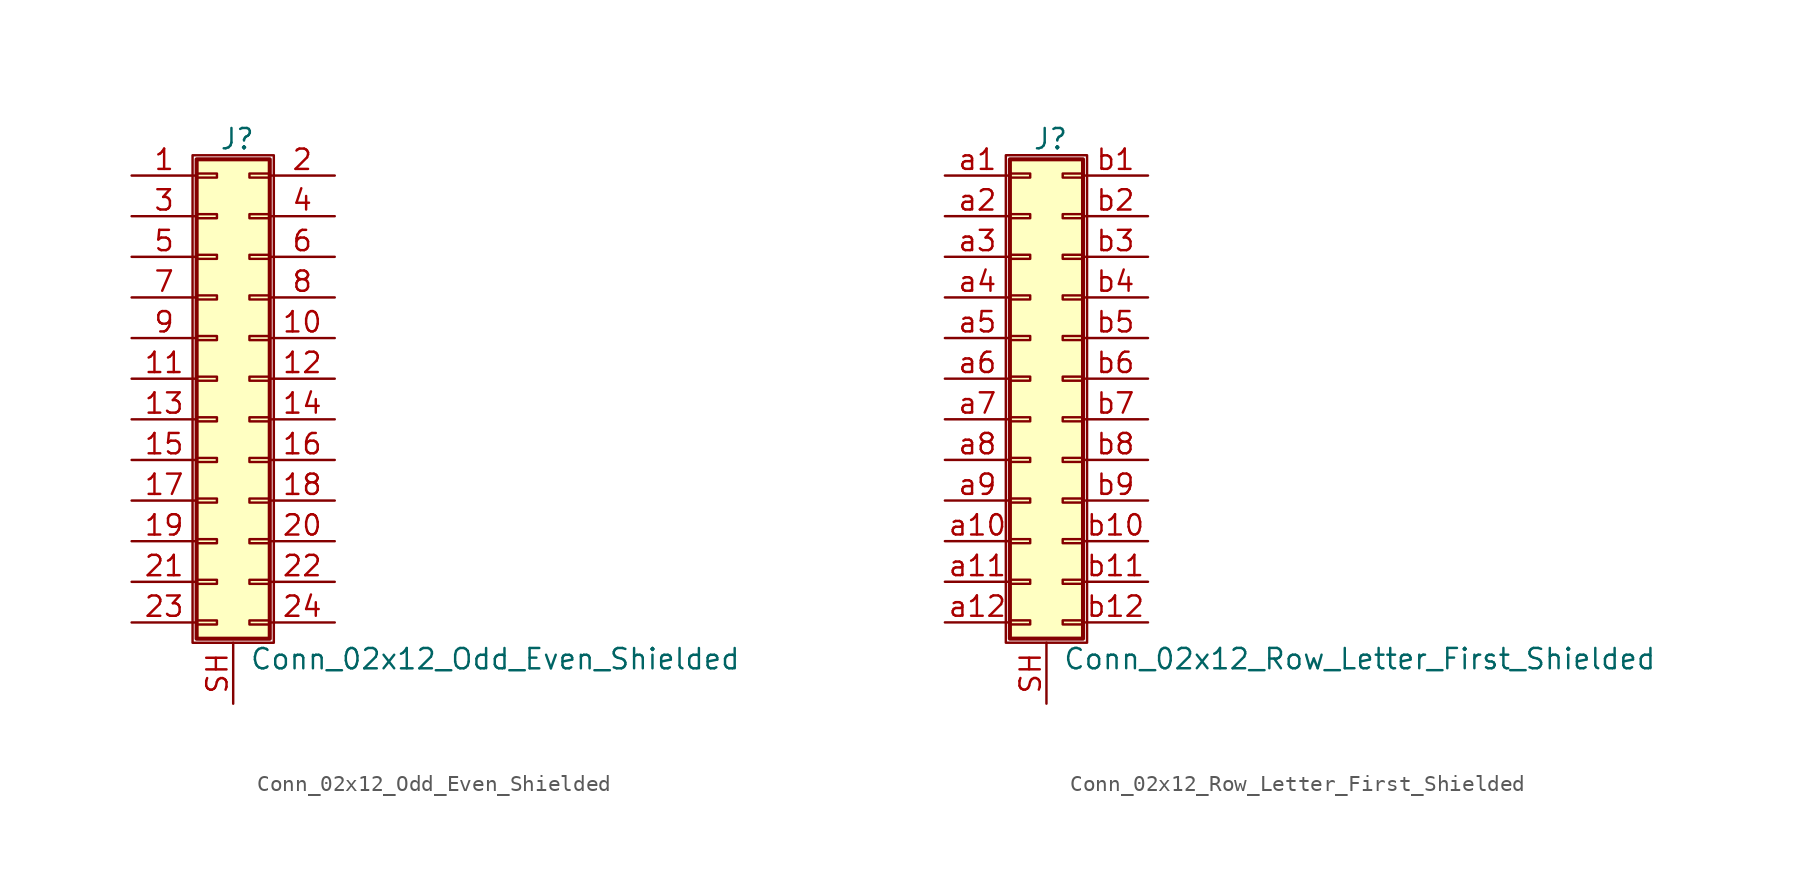
<source format=kicad_sym>
(kicad_symbol_lib
  (version 20220914)
  (generator kicad_symbol_editor)
  (symbol "Conn_02x12_Odd_Even_Shielded"
    (pin_names
      (offset 1.016) hide)
    (property "Reference" "J"
      (at 1.524 14.986 0)
      (effects (font (size 1.27 1.27))))
    (property "Value" "Conn_02x12_Odd_Even_Shielded"
      (at 2.286 -17.526 0)
      (effects (font (size 1.27 1.27)) (justify left)))
    (symbol "Conn_02x12_Odd_Even_Shielded_1_1"
      (rectangle (start -1.27 13.97) (end 3.81 -16.51) (stroke (width 0.152) (type default)) (fill (type none)))
      (rectangle (start -1.016 -15.113) (end 0.254 -15.367) (stroke (width 0.152) (type default)) (fill (type none)))
      (rectangle (start -1.016 -12.573) (end 0.254 -12.827) (stroke (width 0.152) (type default)) (fill (type none)))
      (rectangle (start -1.016 -10.033) (end 0.254 -10.287) (stroke (width 0.152) (type default)) (fill (type none)))
      (rectangle (start -1.016 -7.493) (end 0.254 -7.747) (stroke (width 0.152) (type default)) (fill (type none)))
      (rectangle (start -1.016 -4.953) (end 0.254 -5.207) (stroke (width 0.152) (type default)) (fill (type none)))
      (rectangle (start -1.016 -2.413) (end 0.254 -2.667) (stroke (width 0.152) (type default)) (fill (type none)))
      (rectangle (start -1.016 0.127) (end 0.254 -0.127) (stroke (width 0.152) (type default)) (fill (type none)))
      (rectangle (start -1.016 2.667) (end 0.254 2.413) (stroke (width 0.152) (type default)) (fill (type none)))
      (rectangle (start -1.016 5.207) (end 0.254 4.953) (stroke (width 0.152) (type default)) (fill (type none)))
      (rectangle (start -1.016 7.747) (end 0.254 7.493) (stroke (width 0.152) (type default)) (fill (type none)))
      (rectangle (start -1.016 10.287) (end 0.254 10.033) (stroke (width 0.152) (type default)) (fill (type none)))
      (rectangle (start -1.016 12.827) (end 0.254 12.573) (stroke (width 0.152) (type default)) (fill (type none)))
      (rectangle (start -1.016 13.716) (end 3.556 -16.256) (stroke (width 0.254) (type default)) (fill (type background)))
      (rectangle (start 3.556 -15.113) (end 2.286 -15.367) (stroke (width 0.152) (type default)) (fill (type none)))
      (rectangle (start 3.556 -12.573) (end 2.286 -12.827) (stroke (width 0.152) (type default)) (fill (type none)))
      (rectangle (start 3.556 -10.033) (end 2.286 -10.287) (stroke (width 0.152) (type default)) (fill (type none)))
      (rectangle (start 3.556 -7.493) (end 2.286 -7.747) (stroke (width 0.152) (type default)) (fill (type none)))
      (rectangle (start 3.556 -4.953) (end 2.286 -5.207) (stroke (width 0.152) (type default)) (fill (type none)))
      (rectangle (start 3.556 -2.413) (end 2.286 -2.667) (stroke (width 0.152) (type default)) (fill (type none)))
      (rectangle (start 3.556 0.127) (end 2.286 -0.127) (stroke (width 0.152) (type default)) (fill (type none)))
      (rectangle (start 3.556 2.667) (end 2.286 2.413) (stroke (width 0.152) (type default)) (fill (type none)))
      (rectangle (start 3.556 5.207) (end 2.286 4.953) (stroke (width 0.152) (type default)) (fill (type none)))
      (rectangle (start 3.556 7.747) (end 2.286 7.493) (stroke (width 0.152) (type default)) (fill (type none)))
      (rectangle (start 3.556 10.287) (end 2.286 10.033) (stroke (width 0.152) (type default)) (fill (type none)))
      (rectangle (start 3.556 12.827) (end 2.286 12.573) (stroke (width 0.152) (type default)) (fill (type none)))
      (pin passive line (at -5.08 12.7 0) (length 4.064) (name "Pin_1" (effects (font (size 1.27 1.27)))) (number "1" (effects (font (size 1.27 1.27)))))
      (pin passive line (at 7.62 2.54 180) (length 4.064) (name "Pin_10" (effects (font (size 1.27 1.27)))) (number "10" (effects (font (size 1.27 1.27)))))
      (pin passive line (at -5.08 0 0) (length 4.064) (name "Pin_11" (effects (font (size 1.27 1.27)))) (number "11" (effects (font (size 1.27 1.27)))))
      (pin passive line (at 7.62 0 180) (length 4.064) (name "Pin_12" (effects (font (size 1.27 1.27)))) (number "12" (effects (font (size 1.27 1.27)))))
      (pin passive line (at -5.08 -2.54 0) (length 4.064) (name "Pin_13" (effects (font (size 1.27 1.27)))) (number "13" (effects (font (size 1.27 1.27)))))
      (pin passive line (at 7.62 -2.54 180) (length 4.064) (name "Pin_14" (effects (font (size 1.27 1.27)))) (number "14" (effects (font (size 1.27 1.27)))))
      (pin passive line (at -5.08 -5.08 0) (length 4.064) (name "Pin_15" (effects (font (size 1.27 1.27)))) (number "15" (effects (font (size 1.27 1.27)))))
      (pin passive line (at 7.62 -5.08 180) (length 4.064) (name "Pin_16" (effects (font (size 1.27 1.27)))) (number "16" (effects (font (size 1.27 1.27)))))
      (pin passive line (at -5.08 -7.62 0) (length 4.064) (name "Pin_17" (effects (font (size 1.27 1.27)))) (number "17" (effects (font (size 1.27 1.27)))))
      (pin passive line (at 7.62 -7.62 180) (length 4.064) (name "Pin_18" (effects (font (size 1.27 1.27)))) (number "18" (effects (font (size 1.27 1.27)))))
      (pin passive line (at -5.08 -10.16 0) (length 4.064) (name "Pin_19" (effects (font (size 1.27 1.27)))) (number "19" (effects (font (size 1.27 1.27)))))
      (pin passive line (at 7.62 12.7 180) (length 4.064) (name "Pin_2" (effects (font (size 1.27 1.27)))) (number "2" (effects (font (size 1.27 1.27)))))
      (pin passive line (at 7.62 -10.16 180) (length 4.064) (name "Pin_20" (effects (font (size 1.27 1.27)))) (number "20" (effects (font (size 1.27 1.27)))))
      (pin passive line (at -5.08 -12.7 0) (length 4.064) (name "Pin_21" (effects (font (size 1.27 1.27)))) (number "21" (effects (font (size 1.27 1.27)))))
      (pin passive line (at 7.62 -12.7 180) (length 4.064) (name "Pin_22" (effects (font (size 1.27 1.27)))) (number "22" (effects (font (size 1.27 1.27)))))
      (pin passive line (at -5.08 -15.24 0) (length 4.064) (name "Pin_23" (effects (font (size 1.27 1.27)))) (number "23" (effects (font (size 1.27 1.27)))))
      (pin passive line (at 7.62 -15.24 180) (length 4.064) (name "Pin_24" (effects (font (size 1.27 1.27)))) (number "24" (effects (font (size 1.27 1.27)))))
      (pin passive line (at -5.08 10.16 0) (length 4.064) (name "Pin_3" (effects (font (size 1.27 1.27)))) (number "3" (effects (font (size 1.27 1.27)))))
      (pin passive line (at 7.62 10.16 180) (length 4.064) (name "Pin_4" (effects (font (size 1.27 1.27)))) (number "4" (effects (font (size 1.27 1.27)))))
      (pin passive line (at -5.08 7.62 0) (length 4.064) (name "Pin_5" (effects (font (size 1.27 1.27)))) (number "5" (effects (font (size 1.27 1.27)))))
      (pin passive line (at 7.62 7.62 180) (length 4.064) (name "Pin_6" (effects (font (size 1.27 1.27)))) (number "6" (effects (font (size 1.27 1.27)))))
      (pin passive line (at -5.08 5.08 0) (length 4.064) (name "Pin_7" (effects (font (size 1.27 1.27)))) (number "7" (effects (font (size 1.27 1.27)))))
      (pin passive line (at 7.62 5.08 180) (length 4.064) (name "Pin_8" (effects (font (size 1.27 1.27)))) (number "8" (effects (font (size 1.27 1.27)))))
      (pin passive line (at -5.08 2.54 0) (length 4.064) (name "Pin_9" (effects (font (size 1.27 1.27)))) (number "9" (effects (font (size 1.27 1.27)))))
      (pin passive line (at 1.27 -20.32 90) (length 3.81) (name "Shield" (effects (font (size 1.27 1.27)))) (number "SH" (effects (font (size 1.27 1.27)))))))
  (symbol "Conn_02x12_Row_Letter_First_Shielded"
    (pin_names
      (offset 1.016) hide)
    (property "Reference" "J"
      (at 1.524 14.986 0)
      (effects (font (size 1.27 1.27))))
    (property "Value" "Conn_02x12_Row_Letter_First_Shielded"
      (at 2.286 -17.526 0)
      (effects (font (size 1.27 1.27)) (justify left)))
    (symbol "Conn_02x12_Row_Letter_First_Shielded_1_1"
      (rectangle (start -1.27 13.97) (end 3.81 -16.51) (stroke (width 0.152) (type default)) (fill (type none)))
      (rectangle (start -1.016 -15.113) (end 0.254 -15.367) (stroke (width 0.152) (type default)) (fill (type none)))
      (rectangle (start -1.016 -12.573) (end 0.254 -12.827) (stroke (width 0.152) (type default)) (fill (type none)))
      (rectangle (start -1.016 -10.033) (end 0.254 -10.287) (stroke (width 0.152) (type default)) (fill (type none)))
      (rectangle (start -1.016 -7.493) (end 0.254 -7.747) (stroke (width 0.152) (type default)) (fill (type none)))
      (rectangle (start -1.016 -4.953) (end 0.254 -5.207) (stroke (width 0.152) (type default)) (fill (type none)))
      (rectangle (start -1.016 -2.413) (end 0.254 -2.667) (stroke (width 0.152) (type default)) (fill (type none)))
      (rectangle (start -1.016 0.127) (end 0.254 -0.127) (stroke (width 0.152) (type default)) (fill (type none)))
      (rectangle (start -1.016 2.667) (end 0.254 2.413) (stroke (width 0.152) (type default)) (fill (type none)))
      (rectangle (start -1.016 5.207) (end 0.254 4.953) (stroke (width 0.152) (type default)) (fill (type none)))
      (rectangle (start -1.016 7.747) (end 0.254 7.493) (stroke (width 0.152) (type default)) (fill (type none)))
      (rectangle (start -1.016 10.287) (end 0.254 10.033) (stroke (width 0.152) (type default)) (fill (type none)))
      (rectangle (start -1.016 12.827) (end 0.254 12.573) (stroke (width 0.152) (type default)) (fill (type none)))
      (rectangle (start -1.016 13.716) (end 3.556 -16.256) (stroke (width 0.254) (type default)) (fill (type background)))
      (rectangle (start 3.556 -15.113) (end 2.286 -15.367) (stroke (width 0.152) (type default)) (fill (type none)))
      (rectangle (start 3.556 -12.573) (end 2.286 -12.827) (stroke (width 0.152) (type default)) (fill (type none)))
      (rectangle (start 3.556 -10.033) (end 2.286 -10.287) (stroke (width 0.152) (type default)) (fill (type none)))
      (rectangle (start 3.556 -7.493) (end 2.286 -7.747) (stroke (width 0.152) (type default)) (fill (type none)))
      (rectangle (start 3.556 -4.953) (end 2.286 -5.207) (stroke (width 0.152) (type default)) (fill (type none)))
      (rectangle (start 3.556 -2.413) (end 2.286 -2.667) (stroke (width 0.152) (type default)) (fill (type none)))
      (rectangle (start 3.556 0.127) (end 2.286 -0.127) (stroke (width 0.152) (type default)) (fill (type none)))
      (rectangle (start 3.556 2.667) (end 2.286 2.413) (stroke (width 0.152) (type default)) (fill (type none)))
      (rectangle (start 3.556 5.207) (end 2.286 4.953) (stroke (width 0.152) (type default)) (fill (type none)))
      (rectangle (start 3.556 7.747) (end 2.286 7.493) (stroke (width 0.152) (type default)) (fill (type none)))
      (rectangle (start 3.556 10.287) (end 2.286 10.033) (stroke (width 0.152) (type default)) (fill (type none)))
      (rectangle (start 3.556 12.827) (end 2.286 12.573) (stroke (width 0.152) (type default)) (fill (type none)))
      (pin passive line (at 1.27 -20.32 90) (length 3.81) (name "Shield" (effects (font (size 1.27 1.27)))) (number "SH" (effects (font (size 1.27 1.27)))))
      (pin passive line (at -5.08 12.7 0) (length 4.064) (name "Pin_a1" (effects (font (size 1.27 1.27)))) (number "a1" (effects (font (size 1.27 1.27)))))
      (pin passive line (at -5.08 -10.16 0) (length 4.064) (name "Pin_a10" (effects (font (size 1.27 1.27)))) (number "a10" (effects (font (size 1.27 1.27)))))
      (pin passive line (at -5.08 -12.7 0) (length 4.064) (name "Pin_a11" (effects (font (size 1.27 1.27)))) (number "a11" (effects (font (size 1.27 1.27)))))
      (pin passive line (at -5.08 -15.24 0) (length 4.064) (name "Pin_a12" (effects (font (size 1.27 1.27)))) (number "a12" (effects (font (size 1.27 1.27)))))
      (pin passive line (at -5.08 10.16 0) (length 4.064) (name "Pin_a2" (effects (font (size 1.27 1.27)))) (number "a2" (effects (font (size 1.27 1.27)))))
      (pin passive line (at -5.08 7.62 0) (length 4.064) (name "Pin_a3" (effects (font (size 1.27 1.27)))) (number "a3" (effects (font (size 1.27 1.27)))))
      (pin passive line (at -5.08 5.08 0) (length 4.064) (name "Pin_a4" (effects (font (size 1.27 1.27)))) (number "a4" (effects (font (size 1.27 1.27)))))
      (pin passive line (at -5.08 2.54 0) (length 4.064) (name "Pin_a5" (effects (font (size 1.27 1.27)))) (number "a5" (effects (font (size 1.27 1.27)))))
      (pin passive line (at -5.08 0 0) (length 4.064) (name "Pin_a6" (effects (font (size 1.27 1.27)))) (number "a6" (effects (font (size 1.27 1.27)))))
      (pin passive line (at -5.08 -2.54 0) (length 4.064) (name "Pin_a7" (effects (font (size 1.27 1.27)))) (number "a7" (effects (font (size 1.27 1.27)))))
      (pin passive line (at -5.08 -5.08 0) (length 4.064) (name "Pin_a8" (effects (font (size 1.27 1.27)))) (number "a8" (effects (font (size 1.27 1.27)))))
      (pin passive line (at -5.08 -7.62 0) (length 4.064) (name "Pin_a9" (effects (font (size 1.27 1.27)))) (number "a9" (effects (font (size 1.27 1.27)))))
      (pin passive line (at 7.62 12.7 180) (length 4.064) (name "Pin_b1" (effects (font (size 1.27 1.27)))) (number "b1" (effects (font (size 1.27 1.27)))))
      (pin passive line (at 7.62 -10.16 180) (length 4.064) (name "Pin_b10" (effects (font (size 1.27 1.27)))) (number "b10" (effects (font (size 1.27 1.27)))))
      (pin passive line (at 7.62 -12.7 180) (length 4.064) (name "Pin_b11" (effects (font (size 1.27 1.27)))) (number "b11" (effects (font (size 1.27 1.27)))))
      (pin passive line (at 7.62 -15.24 180) (length 4.064) (name "Pin_b12" (effects (font (size 1.27 1.27)))) (number "b12" (effects (font (size 1.27 1.27)))))
      (pin passive line (at 7.62 10.16 180) (length 4.064) (name "Pin_b2" (effects (font (size 1.27 1.27)))) (number "b2" (effects (font (size 1.27 1.27)))))
      (pin passive line (at 7.62 7.62 180) (length 4.064) (name "Pin_b3" (effects (font (size 1.27 1.27)))) (number "b3" (effects (font (size 1.27 1.27)))))
      (pin passive line (at 7.62 5.08 180) (length 4.064) (name "Pin_b4" (effects (font (size 1.27 1.27)))) (number "b4" (effects (font (size 1.27 1.27)))))
      (pin passive line (at 7.62 2.54 180) (length 4.064) (name "Pin_b5" (effects (font (size 1.27 1.27)))) (number "b5" (effects (font (size 1.27 1.27)))))
      (pin passive line (at 7.62 0 180) (length 4.064) (name "Pin_b6" (effects (font (size 1.27 1.27)))) (number "b6" (effects (font (size 1.27 1.27)))))
      (pin passive line (at 7.62 -2.54 180) (length 4.064) (name "Pin_b7" (effects (font (size 1.27 1.27)))) (number "b7" (effects (font (size 1.27 1.27)))))
      (pin passive line (at 7.62 -5.08 180) (length 4.064) (name "Pin_b8" (effects (font (size 1.27 1.27)))) (number "b8" (effects (font (size 1.27 1.27)))))
      (pin passive line (at 7.62 -7.62 180) (length 4.064) (name "Pin_b9" (effects (font (size 1.27 1.27)))) (number "b9" (effects (font (size 1.27 1.27))))))))
</source>
